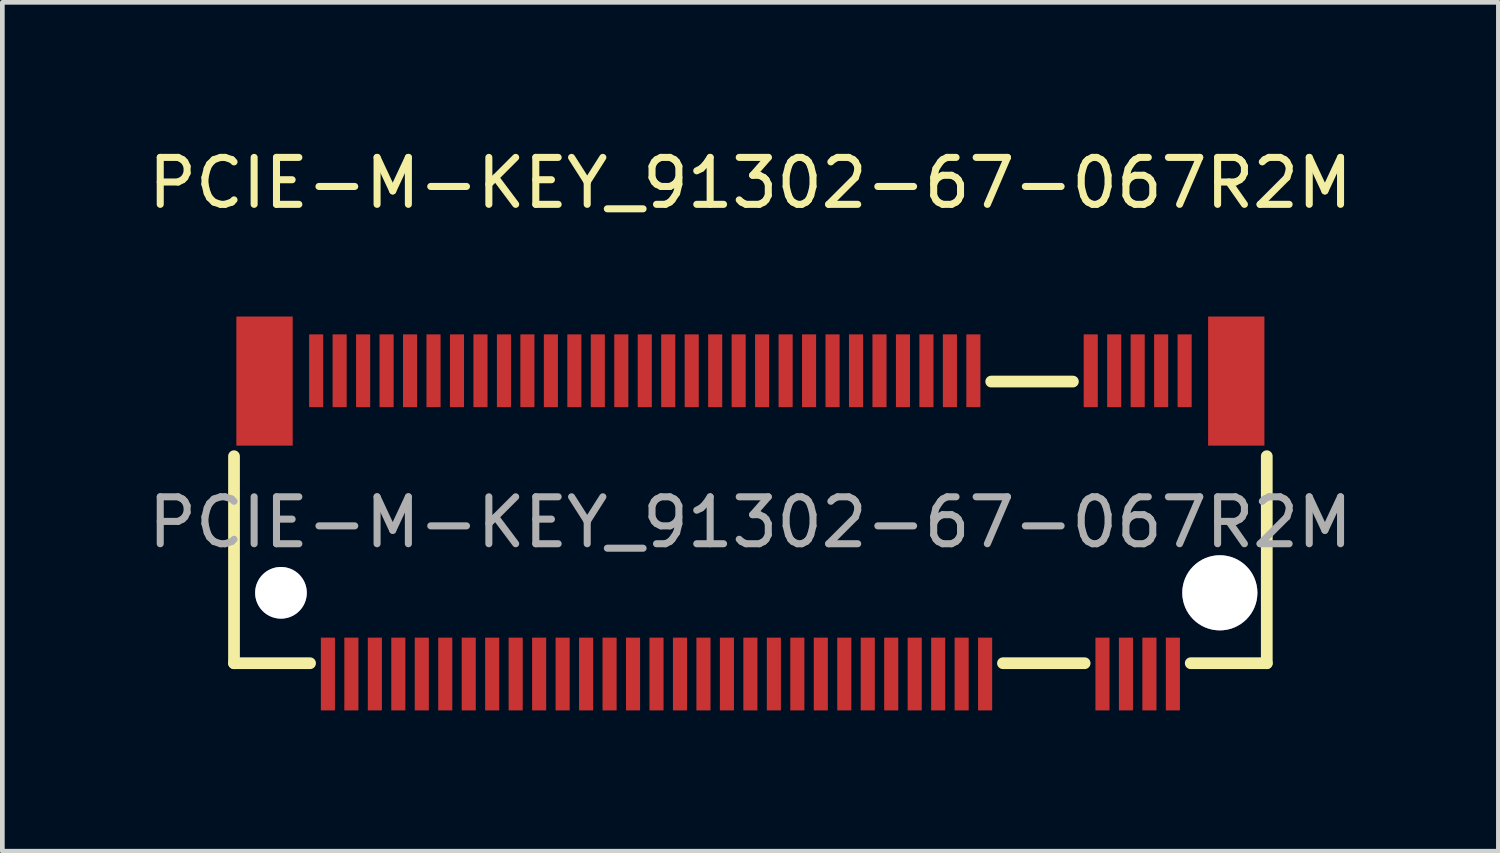
<source format=kicad_pcb>
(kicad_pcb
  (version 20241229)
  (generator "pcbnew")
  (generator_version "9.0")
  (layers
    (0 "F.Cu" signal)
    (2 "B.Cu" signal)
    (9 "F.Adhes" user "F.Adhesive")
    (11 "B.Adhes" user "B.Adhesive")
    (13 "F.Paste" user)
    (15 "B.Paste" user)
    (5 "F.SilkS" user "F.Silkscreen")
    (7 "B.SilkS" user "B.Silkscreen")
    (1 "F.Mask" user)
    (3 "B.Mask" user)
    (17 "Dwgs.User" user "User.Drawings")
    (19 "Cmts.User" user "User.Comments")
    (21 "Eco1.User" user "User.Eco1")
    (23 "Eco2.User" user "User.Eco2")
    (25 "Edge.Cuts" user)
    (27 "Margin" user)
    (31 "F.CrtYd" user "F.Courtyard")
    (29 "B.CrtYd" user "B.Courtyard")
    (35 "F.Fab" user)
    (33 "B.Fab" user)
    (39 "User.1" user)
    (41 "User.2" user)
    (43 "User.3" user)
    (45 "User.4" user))
  (footprint "PCIE-M-KEY_91302-67-067R2M"
    (layer "F.Cu")
    (at 12.935 8.078)
    (property "Reference" "PCIE-M-KEY_91302-67-067R2M" (at 0 -7.23 0) (layer "F.SilkS") (effects (font (size 1 1) (thickness 0.15))))
    (attr smd)
    (fp_line (start -11 3) (end -11 -1.41) (stroke (width 0.25) (type solid)) (layer "F.SilkS"))
    (fp_line (start -9.38 3) (end -11 3) (stroke (width 0.25) (type solid)) (layer "F.SilkS"))
    (fp_line (start 5.13 -3) (end 6.87 -3) (stroke (width 0.25) (type solid)) (layer "F.SilkS"))
    (fp_line (start 5.38 3) (end 7.12 3) (stroke (width 0.25) (type solid)) (layer "F.SilkS"))
    (fp_line (start 9.38 3) (end 11 3) (stroke (width 0.25) (type solid)) (layer "F.SilkS"))
    (fp_line (start 11 3) (end 11 -1.41) (stroke (width 0.25) (type solid)) (layer "F.SilkS"))
    (fp_text user "${REFERENCE}" (at 0 0 0) (layer "F.Fab") (effects (font (size 1 1) (thickness 0.15))))
    (pad "" thru_hole circle (at -10 1.5) (size 1.1 1.1) (drill 1.1) (layers "*.Cu" "*.Mask"))
    (pad "" thru_hole circle (at 10 1.5) (size 1.6 1.6) (drill 1.6) (layers "*.Cu" "*.Mask"))
    (pad "1" smd rect (at -9.25 -3.23) (size 0.3 1.55) (layers "F.Cu" "F.Mask" "F.Paste"))
    (pad "2" smd rect (at -9 3.23) (size 0.3 1.55) (layers "F.Cu" "F.Mask" "F.Paste"))
    (pad "3" smd rect (at -8.75 -3.23) (size 0.3 1.55) (layers "F.Cu" "F.Mask" "F.Paste"))
    (pad "4" smd rect (at -8.5 3.23) (size 0.3 1.55) (layers "F.Cu" "F.Mask" "F.Paste"))
    (pad "5" smd rect (at -8.25 -3.23) (size 0.3 1.55) (layers "F.Cu" "F.Mask" "F.Paste"))
    (pad "6" smd rect (at -8 3.23) (size 0.3 1.55) (layers "F.Cu" "F.Mask" "F.Paste"))
    (pad "7" smd rect (at -7.75 -3.23) (size 0.3 1.55) (layers "F.Cu" "F.Mask" "F.Paste"))
    (pad "8" smd rect (at -7.5 3.23) (size 0.3 1.55) (layers "F.Cu" "F.Mask" "F.Paste"))
    (pad "9" smd rect (at -7.25 -3.23) (size 0.3 1.55) (layers "F.Cu" "F.Mask" "F.Paste"))
    (pad "10" smd rect (at -7 3.23) (size 0.3 1.55) (layers "F.Cu" "F.Mask" "F.Paste"))
    (pad "11" smd rect (at -6.75 -3.23) (size 0.3 1.55) (layers "F.Cu" "F.Mask" "F.Paste"))
    (pad "12" smd rect (at -6.5 3.23) (size 0.3 1.55) (layers "F.Cu" "F.Mask" "F.Paste"))
    (pad "13" smd rect (at -6.25 -3.23) (size 0.3 1.55) (layers "F.Cu" "F.Mask" "F.Paste"))
    (pad "14" smd rect (at -6 3.23) (size 0.3 1.55) (layers "F.Cu" "F.Mask" "F.Paste"))
    (pad "15" smd rect (at -5.75 -3.23) (size 0.3 1.55) (layers "F.Cu" "F.Mask" "F.Paste"))
    (pad "16" smd rect (at -5.5 3.23) (size 0.3 1.55) (layers "F.Cu" "F.Mask" "F.Paste"))
    (pad "17" smd rect (at -5.25 -3.23) (size 0.3 1.55) (layers "F.Cu" "F.Mask" "F.Paste"))
    (pad "18" smd rect (at -5 3.23) (size 0.3 1.55) (layers "F.Cu" "F.Mask" "F.Paste"))
    (pad "19" smd rect (at -4.75 -3.23) (size 0.3 1.55) (layers "F.Cu" "F.Mask" "F.Paste"))
    (pad "20" smd rect (at -4.5 3.23) (size 0.3 1.55) (layers "F.Cu" "F.Mask" "F.Paste"))
    (pad "21" smd rect (at -4.25 -3.23) (size 0.3 1.55) (layers "F.Cu" "F.Mask" "F.Paste"))
    (pad "22" smd rect (at -4 3.23) (size 0.3 1.55) (layers "F.Cu" "F.Mask" "F.Paste"))
    (pad "23" smd rect (at -3.75 -3.23) (size 0.3 1.55) (layers "F.Cu" "F.Mask" "F.Paste"))
    (pad "24" smd rect (at -3.5 3.23) (size 0.3 1.55) (layers "F.Cu" "F.Mask" "F.Paste"))
    (pad "25" smd rect (at -3.25 -3.23) (size 0.3 1.55) (layers "F.Cu" "F.Mask" "F.Paste"))
    (pad "26" smd rect (at -3 3.23) (size 0.3 1.55) (layers "F.Cu" "F.Mask" "F.Paste"))
    (pad "27" smd rect (at -2.75 -3.23) (size 0.3 1.55) (layers "F.Cu" "F.Mask" "F.Paste"))
    (pad "28" smd rect (at -2.5 3.23) (size 0.3 1.55) (layers "F.Cu" "F.Mask" "F.Paste"))
    (pad "29" smd rect (at -2.25 -3.23) (size 0.3 1.55) (layers "F.Cu" "F.Mask" "F.Paste"))
    (pad "30" smd rect (at -2 3.23) (size 0.3 1.55) (layers "F.Cu" "F.Mask" "F.Paste"))
    (pad "31" smd rect (at -1.75 -3.23) (size 0.3 1.55) (layers "F.Cu" "F.Mask" "F.Paste"))
    (pad "32" smd rect (at -1.5 3.23) (size 0.3 1.55) (layers "F.Cu" "F.Mask" "F.Paste"))
    (pad "33" smd rect (at -1.25 -3.23) (size 0.3 1.55) (layers "F.Cu" "F.Mask" "F.Paste"))
    (pad "34" smd rect (at -1 3.23) (size 0.3 1.55) (layers "F.Cu" "F.Mask" "F.Paste"))
    (pad "35" smd rect (at -0.75 -3.23) (size 0.3 1.55) (layers "F.Cu" "F.Mask" "F.Paste"))
    (pad "36" smd rect (at -0.5 3.23) (size 0.3 1.55) (layers "F.Cu" "F.Mask" "F.Paste"))
    (pad "37" smd rect (at -0.25 -3.23) (size 0.3 1.55) (layers "F.Cu" "F.Mask" "F.Paste"))
    (pad "38" smd rect (at 0 3.23) (size 0.3 1.55) (layers "F.Cu" "F.Mask" "F.Paste"))
    (pad "39" smd rect (at 0.25 -3.23) (size 0.3 1.55) (layers "F.Cu" "F.Mask" "F.Paste"))
    (pad "40" smd rect (at 0.5 3.23) (size 0.3 1.55) (layers "F.Cu" "F.Mask" "F.Paste"))
    (pad "41" smd rect (at 0.75 -3.23) (size 0.3 1.55) (layers "F.Cu" "F.Mask" "F.Paste"))
    (pad "42" smd rect (at 1 3.23) (size 0.3 1.55) (layers "F.Cu" "F.Mask" "F.Paste"))
    (pad "43" smd rect (at 1.25 -3.23) (size 0.3 1.55) (layers "F.Cu" "F.Mask" "F.Paste"))
    (pad "44" smd rect (at 1.5 3.23) (size 0.3 1.55) (layers "F.Cu" "F.Mask" "F.Paste"))
    (pad "45" smd rect (at 1.75 -3.23) (size 0.3 1.55) (layers "F.Cu" "F.Mask" "F.Paste"))
    (pad "46" smd rect (at 2 3.23) (size 0.3 1.55) (layers "F.Cu" "F.Mask" "F.Paste"))
    (pad "47" smd rect (at 2.25 -3.23) (size 0.3 1.55) (layers "F.Cu" "F.Mask" "F.Paste"))
    (pad "48" smd rect (at 2.5 3.23) (size 0.3 1.55) (layers "F.Cu" "F.Mask" "F.Paste"))
    (pad "49" smd rect (at 2.75 -3.23) (size 0.3 1.55) (layers "F.Cu" "F.Mask" "F.Paste"))
    (pad "50" smd rect (at 3 3.23) (size 0.3 1.55) (layers "F.Cu" "F.Mask" "F.Paste"))
    (pad "51" smd rect (at 3.25 -3.23) (size 0.3 1.55) (layers "F.Cu" "F.Mask" "F.Paste"))
    (pad "52" smd rect (at 3.5 3.23) (size 0.3 1.55) (layers "F.Cu" "F.Mask" "F.Paste"))
    (pad "53" smd rect (at 3.75 -3.23) (size 0.3 1.55) (layers "F.Cu" "F.Mask" "F.Paste"))
    (pad "54" smd rect (at 4 3.23) (size 0.3 1.55) (layers "F.Cu" "F.Mask" "F.Paste"))
    (pad "55" smd rect (at 4.25 -3.23) (size 0.3 1.55) (layers "F.Cu" "F.Mask" "F.Paste"))
    (pad "56" smd rect (at 4.5 3.23) (size 0.3 1.55) (layers "F.Cu" "F.Mask" "F.Paste"))
    (pad "57" smd rect (at 4.75 -3.23) (size 0.3 1.55) (layers "F.Cu" "F.Mask" "F.Paste"))
    (pad "58" smd rect (at 5 3.23) (size 0.3 1.55) (layers "F.Cu" "F.Mask" "F.Paste"))
    (pad "67" smd rect (at 7.25 -3.23) (size 0.3 1.55) (layers "F.Cu" "F.Mask" "F.Paste"))
    (pad "68" smd rect (at 7.5 3.23) (size 0.3 1.55) (layers "F.Cu" "F.Mask" "F.Paste"))
    (pad "69" smd rect (at 7.75 -3.23) (size 0.3 1.55) (layers "F.Cu" "F.Mask" "F.Paste"))
    (pad "70" smd rect (at 8 3.23) (size 0.3 1.55) (layers "F.Cu" "F.Mask" "F.Paste"))
    (pad "71" smd rect (at 8.25 -3.23) (size 0.3 1.55) (layers "F.Cu" "F.Mask" "F.Paste"))
    (pad "72" smd rect (at 8.5 3.23) (size 0.3 1.55) (layers "F.Cu" "F.Mask" "F.Paste"))
    (pad "73" smd rect (at 8.75 -3.23) (size 0.3 1.55) (layers "F.Cu" "F.Mask" "F.Paste"))
    (pad "74" smd rect (at 9 3.23) (size 0.3 1.55) (layers "F.Cu" "F.Mask" "F.Paste"))
    (pad "75" smd rect (at 9.25 -3.23) (size 0.3 1.55) (layers "F.Cu" "F.Mask" "F.Paste"))
    (pad "76" smd rect (at 10.35 -3.01) (size 1.2 2.75) (layers "F.Cu" "F.Mask" "F.Paste"))
    (pad "77" smd rect (at -10.35 -3.01) (size 1.2 2.75) (layers "F.Cu" "F.Mask" "F.Paste")))
  (gr_rect
    (start -3 -3)
    (end 28.869 15.083)
    (stroke (width 0.1) (type default))
    (fill no)
    (layer "Edge.Cuts")))
</source>
